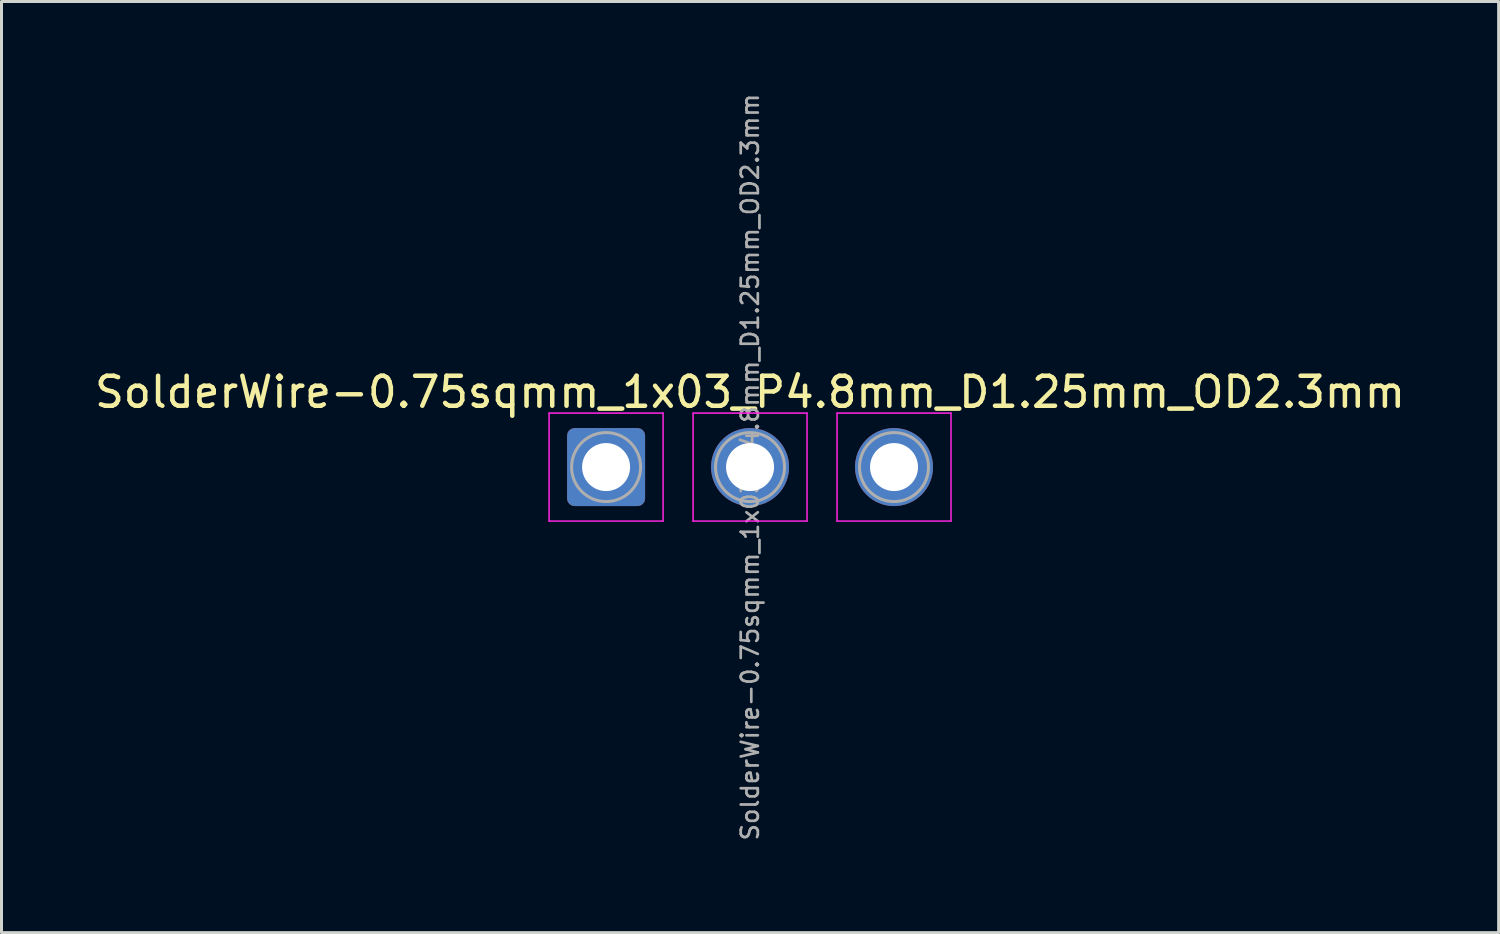
<source format=kicad_pcb>
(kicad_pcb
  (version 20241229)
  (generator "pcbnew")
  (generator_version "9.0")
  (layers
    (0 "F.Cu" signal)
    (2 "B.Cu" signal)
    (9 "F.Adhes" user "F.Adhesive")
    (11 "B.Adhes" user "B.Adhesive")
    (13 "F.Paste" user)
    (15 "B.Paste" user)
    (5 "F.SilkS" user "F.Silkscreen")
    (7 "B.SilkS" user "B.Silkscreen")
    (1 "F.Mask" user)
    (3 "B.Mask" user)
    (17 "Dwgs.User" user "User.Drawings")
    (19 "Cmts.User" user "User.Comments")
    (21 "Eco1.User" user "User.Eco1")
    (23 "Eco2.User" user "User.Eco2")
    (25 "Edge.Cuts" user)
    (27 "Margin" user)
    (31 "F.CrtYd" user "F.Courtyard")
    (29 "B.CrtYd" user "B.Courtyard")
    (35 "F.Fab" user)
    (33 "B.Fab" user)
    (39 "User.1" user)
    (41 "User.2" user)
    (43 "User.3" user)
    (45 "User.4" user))
  (footprint "SolderWire-0.75sqmm_1x03_P4.8mm_D1.25mm_OD2.3mm"
    (layer "F.Cu")
    (at 17.158 12.523)
    (property "Reference" "SolderWire-0.75sqmm_1x03_P4.8mm_D1.25mm_OD2.3mm" (at 4.8 -2.5 0) (layer "F.SilkS") (effects (font (size 1 1) (thickness 0.15))))
    (attr exclude_from_pos_files exclude_from_bom)
    (fp_line (start -1.9 -1.8) (end -1.9 1.8) (stroke (width 0.05) (type solid)) (layer "F.CrtYd"))
    (fp_line (start -1.9 1.8) (end 1.9 1.8) (stroke (width 0.05) (type solid)) (layer "F.CrtYd"))
    (fp_line (start 1.9 -1.8) (end -1.9 -1.8) (stroke (width 0.05) (type solid)) (layer "F.CrtYd"))
    (fp_line (start 1.9 1.8) (end 1.9 -1.8) (stroke (width 0.05) (type solid)) (layer "F.CrtYd"))
    (fp_line (start 2.9 -1.8) (end 2.9 1.8) (stroke (width 0.05) (type solid)) (layer "F.CrtYd"))
    (fp_line (start 2.9 1.8) (end 6.7 1.8) (stroke (width 0.05) (type solid)) (layer "F.CrtYd"))
    (fp_line (start 6.7 -1.8) (end 2.9 -1.8) (stroke (width 0.05) (type solid)) (layer "F.CrtYd"))
    (fp_line (start 6.7 1.8) (end 6.7 -1.8) (stroke (width 0.05) (type solid)) (layer "F.CrtYd"))
    (fp_line (start 7.7 -1.8) (end 7.7 1.8) (stroke (width 0.05) (type solid)) (layer "F.CrtYd"))
    (fp_line (start 7.7 1.8) (end 11.5 1.8) (stroke (width 0.05) (type solid)) (layer "F.CrtYd"))
    (fp_line (start 11.5 -1.8) (end 7.7 -1.8) (stroke (width 0.05) (type solid)) (layer "F.CrtYd"))
    (fp_line (start 11.5 1.8) (end 11.5 -1.8) (stroke (width 0.05) (type solid)) (layer "F.CrtYd"))
    (fp_circle (center 0 0) (end 1.15 0) (stroke (width 0.1) (type solid)) (fill no) (layer "F.Fab"))
    (fp_circle (center 4.8 0) (end 5.95 0) (stroke (width 0.1) (type solid)) (fill no) (layer "F.Fab"))
    (fp_circle (center 9.6 0) (end 10.75 0) (stroke (width 0.1) (type solid)) (fill no) (layer "F.Fab"))
    (fp_text user "${REFERENCE}" (at 4.8 0 90) (layer "F.Fab") (effects (font (size 0.57 0.57) (thickness 0.09))))
    (pad "1" thru_hole roundrect (at 0 0) (size 2.6 2.6) (drill 1.6) (layers "*.Cu" "*.Mask") (roundrect_rratio 0.096))
    (pad "2" thru_hole circle (at 4.8 0) (size 2.6 2.6) (drill 1.6) (layers "*.Cu" "*.Mask"))
    (pad "3" thru_hole circle (at 9.6 0) (size 2.6 2.6) (drill 1.6) (layers "*.Cu" "*.Mask")))
  (gr_rect
    (start -3 -3)
    (end 46.917 28.046)
    (stroke (width 0.1) (type default))
    (fill no)
    (layer "Edge.Cuts")))
</source>
